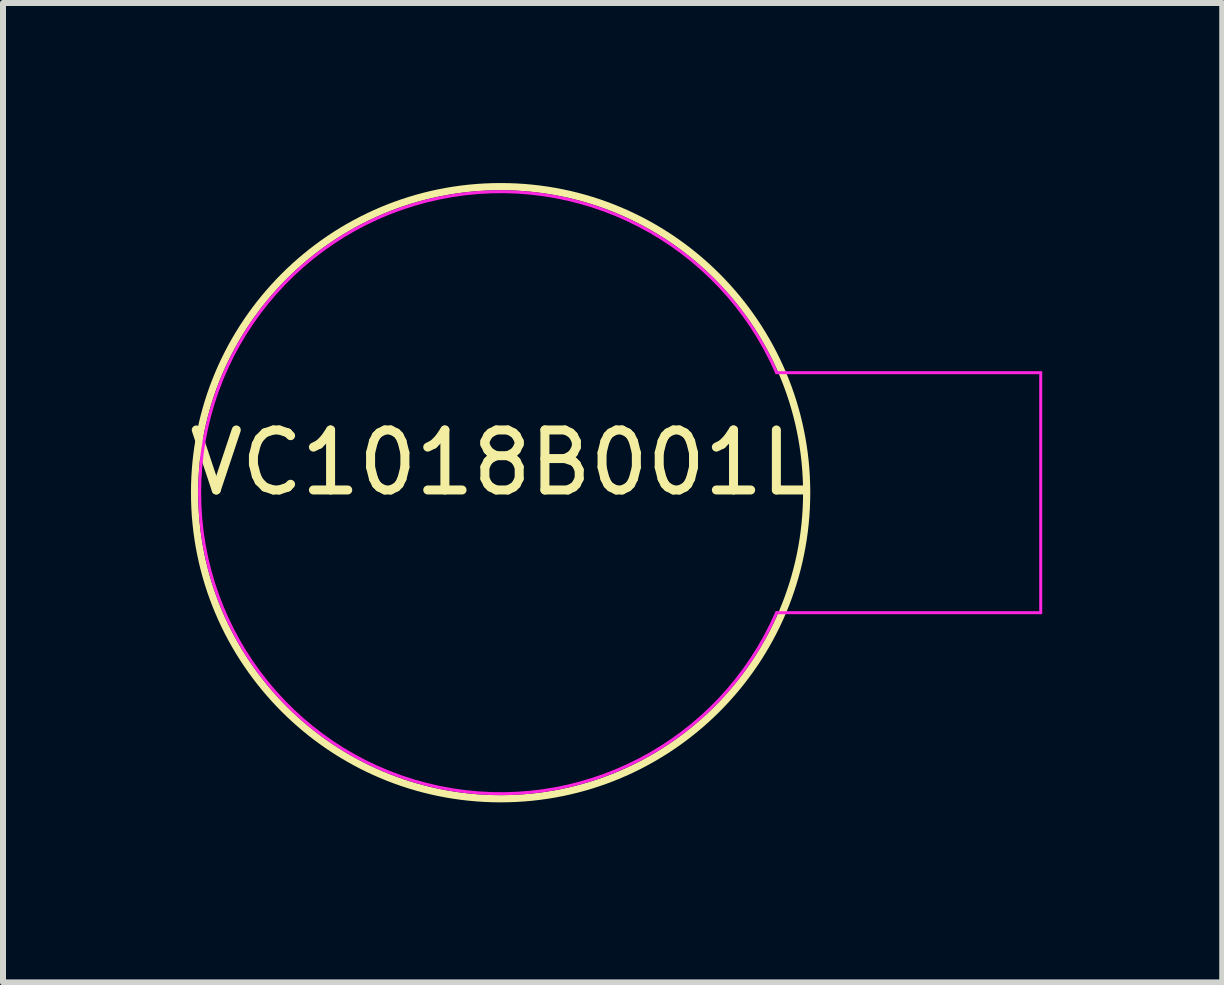
<source format=kicad_pcb>
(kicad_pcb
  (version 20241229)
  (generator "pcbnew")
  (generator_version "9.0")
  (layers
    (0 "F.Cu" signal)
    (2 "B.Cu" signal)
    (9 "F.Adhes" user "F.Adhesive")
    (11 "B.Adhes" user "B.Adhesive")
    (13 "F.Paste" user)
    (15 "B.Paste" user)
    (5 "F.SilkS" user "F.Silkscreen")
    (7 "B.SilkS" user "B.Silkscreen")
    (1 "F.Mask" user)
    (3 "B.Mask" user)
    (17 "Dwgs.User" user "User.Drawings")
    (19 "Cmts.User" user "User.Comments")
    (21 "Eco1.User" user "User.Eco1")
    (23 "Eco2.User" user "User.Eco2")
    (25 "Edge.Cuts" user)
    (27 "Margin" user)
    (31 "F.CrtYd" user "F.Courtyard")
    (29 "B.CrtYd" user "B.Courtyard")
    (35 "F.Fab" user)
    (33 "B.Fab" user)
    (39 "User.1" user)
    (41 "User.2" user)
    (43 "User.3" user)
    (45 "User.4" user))
  (footprint "VC1018B001L"
    (layer "F.Cu")
    (at 5.292 5.16)
    (property "Reference" "VC1018B001L" (at 0 -0.5 0) (unlocked yes) (layer "F.SilkS") (effects (font (size 1 1) (thickness 0.15))))
    (fp_circle (center 0 0) (end 5.1 0) (stroke (width 0.12) (type solid)) (fill no) (layer "F.SilkS"))
    (fp_line (start 4.6 -2) (end 9 -2) (stroke (width 0.05) (type solid)) (layer "F.CrtYd"))
    (fp_line (start 9 -2) (end 9 2) (stroke (width 0.05) (type solid)) (layer "F.CrtYd"))
    (fp_line (start 9 2) (end 4.6 2) (stroke (width 0.05) (type solid)) (layer "F.CrtYd"))
    (fp_arc (start 4.6 2) (mid -5.015371 0) (end 4.6 -2) (stroke (width 0.05) (type solid)) (layer "F.CrtYd")))
  (gr_rect
    (start -3 -3)
    (end 17.317 13.32)
    (stroke (width 0.1) (type default))
    (fill no)
    (layer "Edge.Cuts")))
</source>
